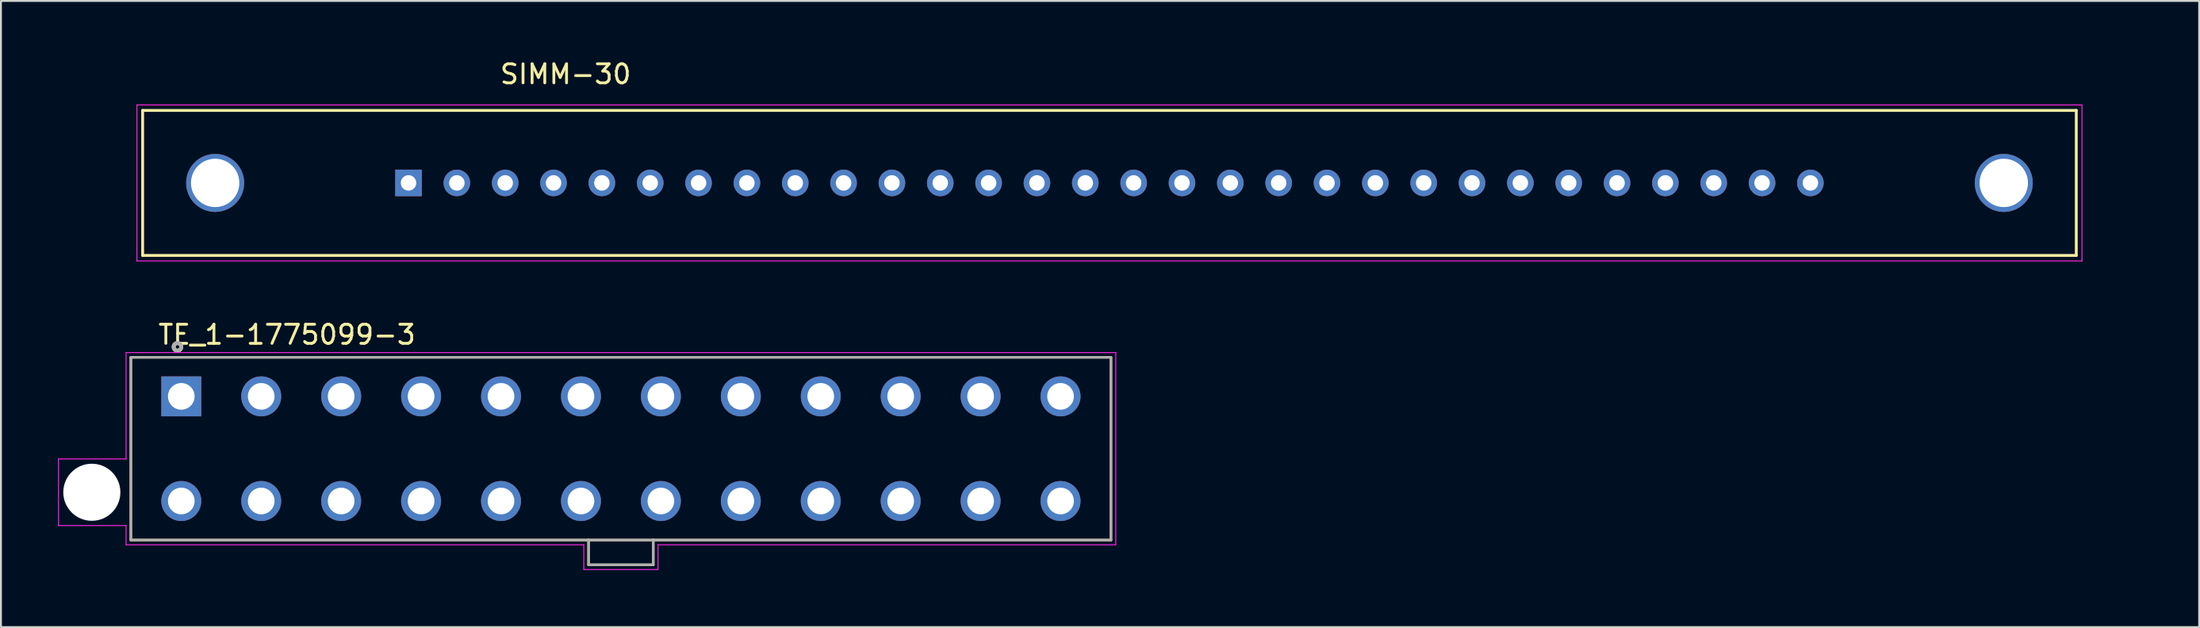
<source format=kicad_pcb>
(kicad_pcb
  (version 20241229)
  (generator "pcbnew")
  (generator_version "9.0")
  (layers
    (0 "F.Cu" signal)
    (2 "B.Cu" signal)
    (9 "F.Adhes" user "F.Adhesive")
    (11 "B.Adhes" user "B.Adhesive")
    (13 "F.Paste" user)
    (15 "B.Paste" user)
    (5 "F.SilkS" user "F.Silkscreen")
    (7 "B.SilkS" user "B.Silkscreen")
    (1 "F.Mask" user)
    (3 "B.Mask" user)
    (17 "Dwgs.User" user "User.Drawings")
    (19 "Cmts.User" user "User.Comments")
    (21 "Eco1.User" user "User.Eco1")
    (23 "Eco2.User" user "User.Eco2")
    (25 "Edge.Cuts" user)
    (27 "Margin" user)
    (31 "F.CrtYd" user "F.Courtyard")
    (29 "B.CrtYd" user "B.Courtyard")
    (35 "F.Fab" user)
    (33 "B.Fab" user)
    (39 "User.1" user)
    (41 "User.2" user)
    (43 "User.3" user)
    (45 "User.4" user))
  (footprint "TE_1-1775099-3"
    (layer "F.Cu")
    (at 29.575 20.53)
    (property "Reference" "TE_1-1775099-3" (at -17.548 -5.993 0) (layer "F.SilkS") (effects (font (size 1.001 1.001) (thickness 0.15))))
    (attr through_hole)
    (fp_line (start -25.75 -4.8) (end 25.75 -4.8) (stroke (width 0.127) (type solid)) (layer "F.SilkS"))
    (fp_line (start -25.75 4.8) (end -25.75 -4.8) (stroke (width 0.127) (type solid)) (layer "F.SilkS"))
    (fp_line (start -1.7 4.8) (end -25.75 4.8) (stroke (width 0.127) (type solid)) (layer "F.SilkS"))
    (fp_line (start -1.7 4.8) (end -1.7 6.1) (stroke (width 0.127) (type solid)) (layer "F.SilkS"))
    (fp_line (start -1.7 6.1) (end 1.7 6.1) (stroke (width 0.127) (type solid)) (layer "F.SilkS"))
    (fp_line (start 1.7 4.8) (end -1.7 4.8) (stroke (width 0.127) (type solid)) (layer "F.SilkS"))
    (fp_line (start 1.7 6.1) (end 1.7 4.8) (stroke (width 0.127) (type solid)) (layer "F.SilkS"))
    (fp_line (start 25.75 -4.8) (end 25.75 4.8) (stroke (width 0.127) (type solid)) (layer "F.SilkS"))
    (fp_line (start 25.75 4.8) (end 1.7 4.8) (stroke (width 0.127) (type solid)) (layer "F.SilkS"))
    (fp_circle (center -23.3 -5.35) (end -23.1 -5.35) (stroke (width 0.203) (type solid)) (fill no) (layer "F.SilkS"))
    (fp_line (start -29.55 0.54) (end -26 0.54) (stroke (width 0.05) (type solid)) (layer "F.CrtYd"))
    (fp_line (start -29.55 4.04) (end -29.55 0.54) (stroke (width 0.05) (type solid)) (layer "F.CrtYd"))
    (fp_line (start -26 -5.05) (end 26 -5.05) (stroke (width 0.05) (type solid)) (layer "F.CrtYd"))
    (fp_line (start -26 0.54) (end -26 -5.05) (stroke (width 0.05) (type solid)) (layer "F.CrtYd"))
    (fp_line (start -26 4.04) (end -29.55 4.04) (stroke (width 0.05) (type solid)) (layer "F.CrtYd"))
    (fp_line (start -26 5.05) (end -26 4.04) (stroke (width 0.05) (type solid)) (layer "F.CrtYd"))
    (fp_line (start -1.95 5.05) (end -26 5.05) (stroke (width 0.05) (type solid)) (layer "F.CrtYd"))
    (fp_line (start -1.95 6.35) (end -1.95 5.05) (stroke (width 0.05) (type solid)) (layer "F.CrtYd"))
    (fp_line (start 1.95 5.05) (end 1.95 6.35) (stroke (width 0.05) (type solid)) (layer "F.CrtYd"))
    (fp_line (start 1.95 6.35) (end -1.95 6.35) (stroke (width 0.05) (type solid)) (layer "F.CrtYd"))
    (fp_line (start 26 -5.05) (end 26 5.05) (stroke (width 0.05) (type solid)) (layer "F.CrtYd"))
    (fp_line (start 26 5.05) (end 1.95 5.05) (stroke (width 0.05) (type solid)) (layer "F.CrtYd"))
    (fp_line (start -25.75 -4.8) (end 25.75 -4.8) (stroke (width 0.127) (type solid)) (layer "F.Fab"))
    (fp_line (start -25.75 4.8) (end -25.75 -4.8) (stroke (width 0.127) (type solid)) (layer "F.Fab"))
    (fp_line (start -25.75 4.8) (end -1.7 4.8) (stroke (width 0.127) (type solid)) (layer "F.Fab"))
    (fp_line (start -1.7 4.8) (end -1.7 6.1) (stroke (width 0.127) (type solid)) (layer "F.Fab"))
    (fp_line (start -1.7 4.8) (end 1.7 4.8) (stroke (width 0.127) (type solid)) (layer "F.Fab"))
    (fp_line (start -1.7 6.1) (end 1.7 6.1) (stroke (width 0.127) (type solid)) (layer "F.Fab"))
    (fp_line (start 1.7 4.8) (end 25.75 4.8) (stroke (width 0.127) (type solid)) (layer "F.Fab"))
    (fp_line (start 1.7 6.1) (end 1.7 4.8) (stroke (width 0.127) (type solid)) (layer "F.Fab"))
    (fp_line (start 25.75 -4.8) (end 25.75 4.8) (stroke (width 0.127) (type solid)) (layer "F.Fab"))
    (fp_circle (center -23.3 -5.35) (end -23.1 -5.35) (stroke (width 0.203) (type solid)) (fill no) (layer "F.Fab"))
    (pad "" np_thru_hole circle (at -27.8 2.29) (size 3 3) (drill 3) (layers "*.Cu" "*.Mask"))
    (pad "1" thru_hole rect (at -23.1 -2.75) (size 2.1 2.1) (drill 1.4) (layers "*.Cu" "*.Mask"))
    (pad "2" thru_hole circle (at -23.1 2.75) (size 2.1 2.1) (drill 1.4) (layers "*.Cu" "*.Mask"))
    (pad "3" thru_hole circle (at -18.9 -2.75) (size 2.1 2.1) (drill 1.4) (layers "*.Cu" "*.Mask"))
    (pad "4" thru_hole circle (at -18.9 2.75) (size 2.1 2.1) (drill 1.4) (layers "*.Cu" "*.Mask"))
    (pad "5" thru_hole circle (at -14.7 -2.75) (size 2.1 2.1) (drill 1.4) (layers "*.Cu" "*.Mask"))
    (pad "6" thru_hole circle (at -14.7 2.75) (size 2.1 2.1) (drill 1.4) (layers "*.Cu" "*.Mask"))
    (pad "7" thru_hole circle (at -10.5 -2.75) (size 2.1 2.1) (drill 1.4) (layers "*.Cu" "*.Mask"))
    (pad "8" thru_hole circle (at -10.5 2.75) (size 2.1 2.1) (drill 1.4) (layers "*.Cu" "*.Mask"))
    (pad "9" thru_hole circle (at -6.3 -2.75) (size 2.1 2.1) (drill 1.4) (layers "*.Cu" "*.Mask"))
    (pad "10" thru_hole circle (at -6.3 2.75) (size 2.1 2.1) (drill 1.4) (layers "*.Cu" "*.Mask"))
    (pad "11" thru_hole circle (at -2.1 -2.75) (size 2.1 2.1) (drill 1.4) (layers "*.Cu" "*.Mask"))
    (pad "12" thru_hole circle (at -2.1 2.75) (size 2.1 2.1) (drill 1.4) (layers "*.Cu" "*.Mask"))
    (pad "13" thru_hole circle (at 2.1 -2.75) (size 2.1 2.1) (drill 1.4) (layers "*.Cu" "*.Mask"))
    (pad "14" thru_hole circle (at 2.1 2.75) (size 2.1 2.1) (drill 1.4) (layers "*.Cu" "*.Mask"))
    (pad "15" thru_hole circle (at 6.3 -2.75) (size 2.1 2.1) (drill 1.4) (layers "*.Cu" "*.Mask"))
    (pad "16" thru_hole circle (at 6.3 2.75) (size 2.1 2.1) (drill 1.4) (layers "*.Cu" "*.Mask"))
    (pad "17" thru_hole circle (at 10.5 -2.75) (size 2.1 2.1) (drill 1.4) (layers "*.Cu" "*.Mask"))
    (pad "18" thru_hole circle (at 10.5 2.75) (size 2.1 2.1) (drill 1.4) (layers "*.Cu" "*.Mask"))
    (pad "19" thru_hole circle (at 14.7 -2.75) (size 2.1 2.1) (drill 1.4) (layers "*.Cu" "*.Mask"))
    (pad "20" thru_hole circle (at 14.7 2.75) (size 2.1 2.1) (drill 1.4) (layers "*.Cu" "*.Mask"))
    (pad "21" thru_hole circle (at 18.9 -2.75) (size 2.1 2.1) (drill 1.4) (layers "*.Cu" "*.Mask"))
    (pad "22" thru_hole circle (at 18.9 2.75) (size 2.1 2.1) (drill 1.4) (layers "*.Cu" "*.Mask"))
    (pad "23" thru_hole circle (at 23.1 -2.75) (size 2.1 2.1) (drill 1.4) (layers "*.Cu" "*.Mask"))
    (pad "24" thru_hole circle (at 23.1 2.75) (size 2.1 2.1) (drill 1.4) (layers "*.Cu" "*.Mask")))
  (footprint "SIMM-30"
    (layer "F.Cu")
    (at 55.245 6.563)
    (property "Reference" "SIMM-30" (at -28.575 -5.715 0) (layer "F.SilkS") (effects (font (size 1 1) (thickness 0.15))))
    (attr through_hole)
    (fp_line (start -50.8 -3.81) (end 50.8 -3.81) (stroke (width 0.15) (type solid)) (layer "F.SilkS"))
    (fp_line (start -50.8 3.81) (end -50.8 -3.81) (stroke (width 0.15) (type solid)) (layer "F.SilkS"))
    (fp_line (start 50.8 -3.81) (end 50.8 3.81) (stroke (width 0.15) (type solid)) (layer "F.SilkS"))
    (fp_line (start 50.8 3.81) (end -50.8 3.81) (stroke (width 0.15) (type solid)) (layer "F.SilkS"))
    (fp_line (start -51.1 -4.1) (end 51.1 -4.1) (stroke (width 0.05) (type default)) (layer "F.CrtYd"))
    (fp_line (start -51.1 4.1) (end -51.1 -4.1) (stroke (width 0.05) (type default)) (layer "F.CrtYd"))
    (fp_line (start 51.1 -4.1) (end 51.1 4.1) (stroke (width 0.05) (type default)) (layer "F.CrtYd"))
    (fp_line (start 51.1 4.1) (end -51.1 4.1) (stroke (width 0.05) (type default)) (layer "F.CrtYd"))
    (fp_text user "TODO: CHECK FOOTPRINT!!!!!!" (at -55.245 3.175 0) (unlocked yes) (layer "User.1") (effects (font (size 5.08 5.08) (thickness 0.15)) (justify left bottom)))
    (pad "1" thru_hole rect (at -36.83 0) (size 1.397 1.397) (drill 0.813) (layers "*.Cu" "*.Mask"))
    (pad "2" thru_hole circle (at -34.29 0) (size 1.397 1.397) (drill 0.813) (layers "*.Cu" "*.Mask"))
    (pad "3" thru_hole circle (at -31.75 0) (size 1.397 1.397) (drill 0.813) (layers "*.Cu" "*.Mask"))
    (pad "4" thru_hole circle (at -29.21 0) (size 1.397 1.397) (drill 0.813) (layers "*.Cu" "*.Mask"))
    (pad "5" thru_hole circle (at -26.67 0) (size 1.397 1.397) (drill 0.813) (layers "*.Cu" "*.Mask"))
    (pad "6" thru_hole circle (at -24.13 0) (size 1.397 1.397) (drill 0.813) (layers "*.Cu" "*.Mask"))
    (pad "7" thru_hole circle (at -21.59 0) (size 1.397 1.397) (drill 0.813) (layers "*.Cu" "*.Mask"))
    (pad "8" thru_hole circle (at -19.05 0) (size 1.397 1.397) (drill 0.813) (layers "*.Cu" "*.Mask"))
    (pad "9" thru_hole circle (at -16.51 0) (size 1.397 1.397) (drill 0.813) (layers "*.Cu" "*.Mask"))
    (pad "10" thru_hole circle (at -13.97 0) (size 1.397 1.397) (drill 0.813) (layers "*.Cu" "*.Mask"))
    (pad "11" thru_hole circle (at -11.43 0) (size 1.397 1.397) (drill 0.813) (layers "*.Cu" "*.Mask"))
    (pad "12" thru_hole circle (at -8.89 0) (size 1.397 1.397) (drill 0.813) (layers "*.Cu" "*.Mask"))
    (pad "13" thru_hole circle (at -6.35 0) (size 1.397 1.397) (drill 0.813) (layers "*.Cu" "*.Mask"))
    (pad "14" thru_hole circle (at -3.81 0) (size 1.397 1.397) (drill 0.813) (layers "*.Cu" "*.Mask"))
    (pad "15" thru_hole circle (at -1.27 0) (size 1.397 1.397) (drill 0.813) (layers "*.Cu" "*.Mask"))
    (pad "16" thru_hole circle (at 1.27 0) (size 1.397 1.397) (drill 0.813) (layers "*.Cu" "*.Mask"))
    (pad "17" thru_hole circle (at 3.81 0) (size 1.397 1.397) (drill 0.813) (layers "*.Cu" "*.Mask"))
    (pad "18" thru_hole circle (at 6.35 0) (size 1.397 1.397) (drill 0.813) (layers "*.Cu" "*.Mask"))
    (pad "19" thru_hole circle (at 8.89 0) (size 1.397 1.397) (drill 0.813) (layers "*.Cu" "*.Mask"))
    (pad "20" thru_hole circle (at 11.43 0) (size 1.397 1.397) (drill 0.813) (layers "*.Cu" "*.Mask"))
    (pad "21" thru_hole circle (at 13.97 0) (size 1.397 1.397) (drill 0.813) (layers "*.Cu" "*.Mask"))
    (pad "22" thru_hole circle (at 16.51 0) (size 1.397 1.397) (drill 0.813) (layers "*.Cu" "*.Mask"))
    (pad "23" thru_hole circle (at 19.05 0) (size 1.397 1.397) (drill 0.813) (layers "*.Cu" "*.Mask"))
    (pad "24" thru_hole circle (at 21.59 0) (size 1.397 1.397) (drill 0.813) (layers "*.Cu" "*.Mask"))
    (pad "25" thru_hole circle (at 24.13 0) (size 1.397 1.397) (drill 0.813) (layers "*.Cu" "*.Mask"))
    (pad "26" thru_hole circle (at 26.67 0) (size 1.397 1.397) (drill 0.813) (layers "*.Cu" "*.Mask"))
    (pad "27" thru_hole circle (at 29.21 0) (size 1.397 1.397) (drill 0.813) (layers "*.Cu" "*.Mask"))
    (pad "28" thru_hole circle (at 31.75 0) (size 1.397 1.397) (drill 0.813) (layers "*.Cu" "*.Mask"))
    (pad "29" thru_hole circle (at 34.29 0) (size 1.397 1.397) (drill 0.813) (layers "*.Cu" "*.Mask"))
    (pad "30" thru_hole circle (at 36.83 0) (size 1.397 1.397) (drill 0.813) (layers "*.Cu" "*.Mask"))
    (pad "MP" thru_hole circle (at -46.99 0) (size 3.048 3.048) (drill 2.54) (layers "*.Cu" "*.Mask"))
    (pad "MP" thru_hole circle (at 46.99 0) (size 3.048 3.048) (drill 2.54) (layers "*.Cu" "*.Mask")))
  (gr_rect
    (start -3 -3)
    (end 112.501 29.905)
    (stroke (width 0.1) (type default))
    (fill no)
    (layer "Edge.Cuts")))
</source>
